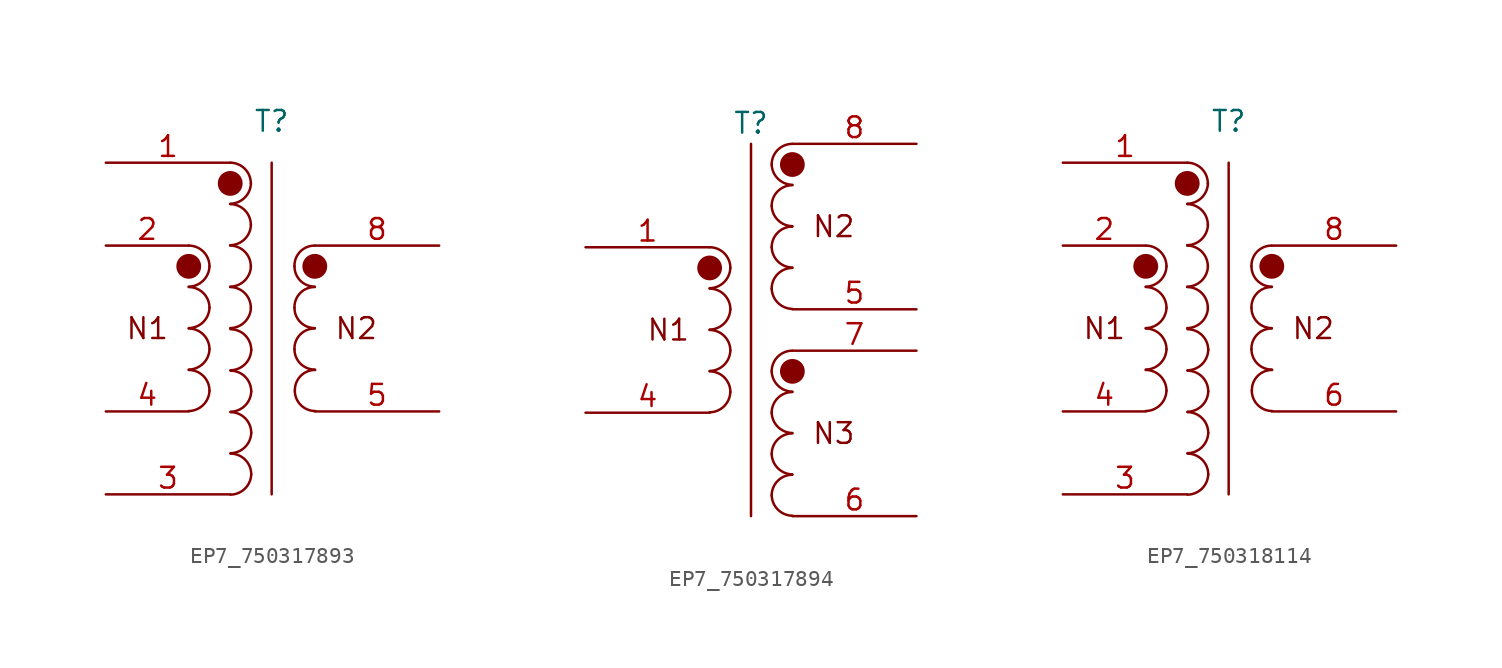
<source format=kicad_sym>
(kicad_symbol_lib
  (version 20220914)
  (generator kicad_symbol_editor)
  (symbol "EP7_750317893"
    (pin_names hide)
    (property "Reference" "T"
      (at 0 12.7 0)
      (effects (font (size 1.27 1.27))))
    (property "Critical Parameter" ""
      (at 0 -5.08 0)
      (effects (font (size 1.27 1.27))))
    (symbol "EP7_750317893_0_1"
      (arc (start -5.08 -5.0546) (mid -4.1961 -4.6863) (end -3.81 -3.81) (stroke (width 0) (type default)) (fill (type none)))
      (arc (start -5.08 -2.5146) (mid -4.1961 -2.1463) (end -3.81 -1.27) (stroke (width 0) (type default)) (fill (type none)))
      (arc (start -5.08 0.0254) (mid -4.1961 0.3937) (end -3.81 1.27) (stroke (width 0) (type default)) (fill (type none)))
      (arc (start -5.08 2.5654) (mid -4.1961 2.9337) (end -3.81 3.81) (stroke (width 0) (type default)) (fill (type none)))
      (arc (start -3.81 -3.81) (mid -4.182 -2.912) (end -5.08 -2.54) (stroke (width 0) (type default)) (fill (type none)))
      (arc (start -3.81 -1.27) (mid -4.182 -0.372) (end -5.08 0) (stroke (width 0) (type default)) (fill (type none)))
      (arc (start -3.81 1.27) (mid -4.182 2.168) (end -5.08 2.54) (stroke (width 0) (type default)) (fill (type none)))
      (arc (start -3.81 3.81) (mid -4.182 4.708) (end -5.08 5.08) (stroke (width 0) (type default)) (fill (type none)))
      (arc (start -2.54 0.0254) (mid -1.6561 0.3937) (end -1.27 1.27) (stroke (width 0) (type default)) (fill (type none)))
      (arc (start -2.54 2.5654) (mid -1.6561 2.9337) (end -1.27 3.81) (stroke (width 0) (type default)) (fill (type none)))
      (arc (start -2.54 5.1054) (mid -1.6561 5.4737) (end -1.27 6.35) (stroke (width 0) (type default)) (fill (type none)))
      (arc (start -2.54 7.6454) (mid -1.6561 8.0137) (end -1.27 8.89) (stroke (width 0) (type default)) (fill (type none)))
      (arc (start -2.5215 -10.1791) (mid -1.6376 -9.8108) (end -1.2515 -8.9345) (stroke (width 0) (type default)) (fill (type none)))
      (arc (start -2.5215 -7.6391) (mid -1.6376 -7.2708) (end -1.2515 -6.3945) (stroke (width 0) (type default)) (fill (type none)))
      (arc (start -2.5215 -5.0991) (mid -1.6376 -4.7308) (end -1.2515 -3.8545) (stroke (width 0) (type default)) (fill (type none)))
      (arc (start -2.5215 -2.5591) (mid -1.6376 -2.1908) (end -1.2515 -1.3145) (stroke (width 0) (type default)) (fill (type none)))
      (arc (start -1.27 1.27) (mid -1.642 2.168) (end -2.54 2.54) (stroke (width 0) (type default)) (fill (type none)))
      (arc (start -1.27 3.81) (mid -1.642 4.708) (end -2.54 5.08) (stroke (width 0) (type default)) (fill (type none)))
      (arc (start -1.27 6.35) (mid -1.642 7.248) (end -2.54 7.62) (stroke (width 0) (type default)) (fill (type none)))
      (arc (start -1.27 8.89) (mid -1.642 9.788) (end -2.54 10.16) (stroke (width 0) (type default)) (fill (type none)))
      (arc (start -1.2515 -8.9345) (mid -1.6235 -8.0365) (end -2.5215 -7.6645) (stroke (width 0) (type default)) (fill (type none)))
      (arc (start -1.2515 -6.3945) (mid -1.6235 -5.4965) (end -2.5215 -5.1245) (stroke (width 0) (type default)) (fill (type none)))
      (arc (start -1.2515 -3.8545) (mid -1.6235 -2.9565) (end -2.5215 -2.5845) (stroke (width 0) (type default)) (fill (type none)))
      (arc (start -1.2515 -1.3145) (mid -1.6235 -0.4165) (end -2.5215 -0.0445) (stroke (width 0) (type default)) (fill (type none)))
      (polyline (pts (xy 0 10.16) (xy 0 -10.16)) (stroke (width 0) (type default)) (fill (type none)))
      (arc (start 1.397 -1.27) (mid 1.7615 -2.1501) (end 2.6416 -2.5146) (stroke (width 0) (type default)) (fill (type none)))
      (arc (start 1.397 1.27) (mid 1.7615 0.3899) (end 2.6416 0.0254) (stroke (width 0) (type default)) (fill (type none)))
      (arc (start 1.397 3.81) (mid 1.7615 2.9299) (end 2.6416 2.5654) (stroke (width 0) (type default)) (fill (type none)))
      (arc (start 1.4224 -3.81) (mid 1.787 -4.6899) (end 2.667 -5.0546) (stroke (width 0) (type default)) (fill (type none)))
      (arc (start 2.6416 0) (mid 1.7474 -0.3685) (end 1.397 -1.27) (stroke (width 0) (type default)) (fill (type none)))
      (arc (start 2.6416 2.54) (mid 1.7474 2.1715) (end 1.397 1.27) (stroke (width 0) (type default)) (fill (type none)))
      (arc (start 2.6416 5.08) (mid 1.7474 4.7115) (end 1.397 3.81) (stroke (width 0) (type default)) (fill (type none)))
      (arc (start 2.667 -2.54) (mid 1.7725 -2.9083) (end 1.4224 -3.81) (stroke (width 0) (type default)) (fill (type none))))
    (symbol "EP7_750317893_1_1"
      (circle (center -5.08 3.81) (radius 0.0001) (stroke (width 0.762) (type default)) (fill (type none)))
      (circle (center -2.54 8.89) (radius 0.0001) (stroke (width 0.762) (type default)) (fill (type none)))
      (circle (center 2.642 3.81) (radius 0.0001) (stroke (width 0.762) (type default)) (fill (type none)))
      (text "N1" (at -7.62 0 0) (effects (font (size 1.27 1.27))))
      (text "N2" (at 5.182 0 0) (effects (font (size 1.27 1.27))))
      (pin passive line (at -10.16 10.16 0) (length 7.62) (name "1" (effects (font (size 1.27 1.27)))) (number "1" (effects (font (size 1.27 1.27)))))
      (pin passive line (at -10.16 5.08 0) (length 5.08) (name "2" (effects (font (size 1.27 1.27)))) (number "2" (effects (font (size 1.27 1.27)))))
      (pin passive line (at -10.16 -10.16 0) (length 7.62) (name "3" (effects (font (size 1.27 1.27)))) (number "3" (effects (font (size 1.27 1.27)))))
      (pin passive line (at -10.16 -5.08 0) (length 5.08) (name "4" (effects (font (size 1.27 1.27)))) (number "4" (effects (font (size 1.27 1.27)))))
      (pin passive line (at 10.262 -5.08 180) (length 7.62) (name "5" (effects (font (size 1.27 1.27)))) (number "5" (effects (font (size 1.27 1.27)))))
      (pin passive line (at 10.262 5.08 180) (length 7.62) (name "8" (effects (font (size 1.27 1.27)))) (number "8" (effects (font (size 1.27 1.27)))))))
  (symbol "EP7_750317894"
    (pin_names hide)
    (property "Reference" "T"
      (at 0 12.7 0)
      (effects (font (size 1.27 1.27))))
    (property "Critical Parameter" ""
      (at 0 -5.08 0)
      (effects (font (size 1.27 1.27))))
    (symbol "EP7_750317894_0_1"
      (arc (start -2.54 -5.0546) (mid -1.6561 -4.6863) (end -1.27 -3.81) (stroke (width 0) (type default)) (fill (type none)))
      (arc (start -2.54 -2.5146) (mid -1.6561 -2.1463) (end -1.27 -1.27) (stroke (width 0) (type default)) (fill (type none)))
      (arc (start -2.54 0.0254) (mid -1.6561 0.3937) (end -1.27 1.27) (stroke (width 0) (type default)) (fill (type none)))
      (arc (start -2.54 2.5654) (mid -1.6561 2.9337) (end -1.27 3.81) (stroke (width 0) (type default)) (fill (type none)))
      (arc (start -1.27 -3.81) (mid -1.642 -2.912) (end -2.54 -2.54) (stroke (width 0) (type default)) (fill (type none)))
      (arc (start -1.27 -1.27) (mid -1.642 -0.372) (end -2.54 0) (stroke (width 0) (type default)) (fill (type none)))
      (arc (start -1.27 1.27) (mid -1.642 2.168) (end -2.54 2.54) (stroke (width 0) (type default)) (fill (type none)))
      (arc (start -1.27 3.81) (mid -1.642 4.708) (end -2.54 5.08) (stroke (width 0) (type default)) (fill (type none)))
      (polyline (pts (xy 0 -11.43) (xy 0 11.43)) (stroke (width 0) (type default)) (fill (type none)))
      (arc (start 1.27 -10.16) (mid 1.6561 -11.0363) (end 2.54 -11.4046) (stroke (width 0) (type default)) (fill (type none)))
      (arc (start 1.27 -7.62) (mid 1.6561 -8.4963) (end 2.54 -8.8646) (stroke (width 0) (type default)) (fill (type none)))
      (arc (start 1.27 -5.08) (mid 1.6561 -5.9563) (end 2.54 -6.3246) (stroke (width 0) (type default)) (fill (type none)))
      (arc (start 1.27 -2.54) (mid 1.6561 -3.4163) (end 2.54 -3.7846) (stroke (width 0) (type default)) (fill (type none)))
      (arc (start 1.27 2.54) (mid 1.6561 1.6637) (end 2.54 1.2954) (stroke (width 0) (type default)) (fill (type none)))
      (arc (start 1.27 5.08) (mid 1.6561 4.2037) (end 2.54 3.8354) (stroke (width 0) (type default)) (fill (type none)))
      (arc (start 1.27 7.62) (mid 1.6561 6.7437) (end 2.54 6.3754) (stroke (width 0) (type default)) (fill (type none)))
      (arc (start 1.27 10.16) (mid 1.6561 9.2837) (end 2.54 8.9154) (stroke (width 0) (type default)) (fill (type none)))
      (arc (start 2.54 -8.89) (mid 1.642 -9.262) (end 1.27 -10.16) (stroke (width 0) (type default)) (fill (type none)))
      (arc (start 2.54 -6.35) (mid 1.642 -6.722) (end 1.27 -7.62) (stroke (width 0) (type default)) (fill (type none)))
      (arc (start 2.54 -3.81) (mid 1.642 -4.182) (end 1.27 -5.08) (stroke (width 0) (type default)) (fill (type none)))
      (arc (start 2.54 -1.27) (mid 1.642 -1.642) (end 1.27 -2.54) (stroke (width 0) (type default)) (fill (type none)))
      (arc (start 2.54 3.81) (mid 1.642 3.438) (end 1.27 2.54) (stroke (width 0) (type default)) (fill (type none)))
      (arc (start 2.54 6.35) (mid 1.642 5.978) (end 1.27 5.08) (stroke (width 0) (type default)) (fill (type none)))
      (arc (start 2.54 8.89) (mid 1.642 8.518) (end 1.27 7.62) (stroke (width 0) (type default)) (fill (type none)))
      (arc (start 2.54 11.43) (mid 1.642 11.058) (end 1.27 10.16) (stroke (width 0) (type default)) (fill (type none))))
    (symbol "EP7_750317894_1_1"
      (circle (center -2.54 3.81) (radius 0.0001) (stroke (width 0.762) (type default)) (fill (type none)))
      (circle (center 2.54 -2.54) (radius 0.0001) (stroke (width 0.762) (type default)) (fill (type none)))
      (circle (center 2.54 10.16) (radius 0.0001) (stroke (width 0.762) (type default)) (fill (type none)))
      (text "N1" (at -5.08 0 0) (effects (font (size 1.27 1.27))))
      (text "N2" (at 5.08 6.35 0) (effects (font (size 1.27 1.27))))
      (text "N3" (at 5.08 -6.35 0) (effects (font (size 1.27 1.27))))
      (pin passive line (at -10.16 5.08 0) (length 7.62) (name "1" (effects (font (size 1.27 1.27)))) (number "1" (effects (font (size 1.27 1.27)))))
      (pin passive line (at -10.16 -5.08 0) (length 7.62) (name "4" (effects (font (size 1.27 1.27)))) (number "4" (effects (font (size 1.27 1.27)))))
      (pin passive line (at 10.16 1.27 180) (length 7.62) (name "5" (effects (font (size 1.27 1.27)))) (number "5" (effects (font (size 1.27 1.27)))))
      (pin passive line (at 10.16 -11.43 180) (length 7.62) (name "6" (effects (font (size 1.27 1.27)))) (number "6" (effects (font (size 1.27 1.27)))))
      (pin passive line (at 10.16 -1.27 180) (length 7.62) (name "7" (effects (font (size 1.27 1.27)))) (number "7" (effects (font (size 1.27 1.27)))))
      (pin passive line (at 10.16 11.43 180) (length 7.62) (name "8" (effects (font (size 1.27 1.27)))) (number "8" (effects (font (size 1.27 1.27)))))))
  (symbol "EP7_750318114"
    (pin_names hide)
    (property "Reference" "T"
      (at 0 12.7 0)
      (effects (font (size 1.27 1.27))))
    (property "Critical Parameter" ""
      (at 0 -5.08 0)
      (effects (font (size 1.27 1.27))))
    (symbol "EP7_750318114_0_1"
      (arc (start -5.08 -5.0546) (mid -4.1961 -4.6863) (end -3.81 -3.81) (stroke (width 0) (type default)) (fill (type none)))
      (arc (start -5.08 -2.5146) (mid -4.1961 -2.1463) (end -3.81 -1.27) (stroke (width 0) (type default)) (fill (type none)))
      (arc (start -5.08 0.0254) (mid -4.1961 0.3937) (end -3.81 1.27) (stroke (width 0) (type default)) (fill (type none)))
      (arc (start -5.08 2.5654) (mid -4.1961 2.9337) (end -3.81 3.81) (stroke (width 0) (type default)) (fill (type none)))
      (arc (start -3.81 -3.81) (mid -4.182 -2.912) (end -5.08 -2.54) (stroke (width 0) (type default)) (fill (type none)))
      (arc (start -3.81 -1.27) (mid -4.182 -0.372) (end -5.08 0) (stroke (width 0) (type default)) (fill (type none)))
      (arc (start -3.81 1.27) (mid -4.182 2.168) (end -5.08 2.54) (stroke (width 0) (type default)) (fill (type none)))
      (arc (start -3.81 3.81) (mid -4.182 4.708) (end -5.08 5.08) (stroke (width 0) (type default)) (fill (type none)))
      (arc (start -2.54 0.0254) (mid -1.6561 0.3937) (end -1.27 1.27) (stroke (width 0) (type default)) (fill (type none)))
      (arc (start -2.54 2.5654) (mid -1.6561 2.9337) (end -1.27 3.81) (stroke (width 0) (type default)) (fill (type none)))
      (arc (start -2.54 5.1054) (mid -1.6561 5.4737) (end -1.27 6.35) (stroke (width 0) (type default)) (fill (type none)))
      (arc (start -2.54 7.6454) (mid -1.6561 8.0137) (end -1.27 8.89) (stroke (width 0) (type default)) (fill (type none)))
      (arc (start -2.5215 -10.1791) (mid -1.6376 -9.8108) (end -1.2515 -8.9345) (stroke (width 0) (type default)) (fill (type none)))
      (arc (start -2.5215 -7.6391) (mid -1.6376 -7.2708) (end -1.2515 -6.3945) (stroke (width 0) (type default)) (fill (type none)))
      (arc (start -2.5215 -5.0991) (mid -1.6376 -4.7308) (end -1.2515 -3.8545) (stroke (width 0) (type default)) (fill (type none)))
      (arc (start -2.5215 -2.5591) (mid -1.6376 -2.1908) (end -1.2515 -1.3145) (stroke (width 0) (type default)) (fill (type none)))
      (arc (start -1.27 1.27) (mid -1.642 2.168) (end -2.54 2.54) (stroke (width 0) (type default)) (fill (type none)))
      (arc (start -1.27 3.81) (mid -1.642 4.708) (end -2.54 5.08) (stroke (width 0) (type default)) (fill (type none)))
      (arc (start -1.27 6.35) (mid -1.642 7.248) (end -2.54 7.62) (stroke (width 0) (type default)) (fill (type none)))
      (arc (start -1.27 8.89) (mid -1.642 9.788) (end -2.54 10.16) (stroke (width 0) (type default)) (fill (type none)))
      (arc (start -1.2515 -8.9345) (mid -1.6235 -8.0365) (end -2.5215 -7.6645) (stroke (width 0) (type default)) (fill (type none)))
      (arc (start -1.2515 -6.3945) (mid -1.6235 -5.4965) (end -2.5215 -5.1245) (stroke (width 0) (type default)) (fill (type none)))
      (arc (start -1.2515 -3.8545) (mid -1.6235 -2.9565) (end -2.5215 -2.5845) (stroke (width 0) (type default)) (fill (type none)))
      (arc (start -1.2515 -1.3145) (mid -1.6235 -0.4165) (end -2.5215 -0.0445) (stroke (width 0) (type default)) (fill (type none)))
      (polyline (pts (xy 0 10.16) (xy 0 -10.16)) (stroke (width 0) (type default)) (fill (type none)))
      (arc (start 1.397 -1.27) (mid 1.7615 -2.1501) (end 2.6416 -2.5146) (stroke (width 0) (type default)) (fill (type none)))
      (arc (start 1.397 1.27) (mid 1.7615 0.3899) (end 2.6416 0.0254) (stroke (width 0) (type default)) (fill (type none)))
      (arc (start 1.397 3.81) (mid 1.7615 2.9299) (end 2.6416 2.5654) (stroke (width 0) (type default)) (fill (type none)))
      (arc (start 1.4224 -3.81) (mid 1.787 -4.6899) (end 2.667 -5.0546) (stroke (width 0) (type default)) (fill (type none)))
      (arc (start 2.6416 0) (mid 1.7474 -0.3685) (end 1.397 -1.27) (stroke (width 0) (type default)) (fill (type none)))
      (arc (start 2.6416 2.54) (mid 1.7474 2.1715) (end 1.397 1.27) (stroke (width 0) (type default)) (fill (type none)))
      (arc (start 2.6416 5.08) (mid 1.7474 4.7115) (end 1.397 3.81) (stroke (width 0) (type default)) (fill (type none)))
      (arc (start 2.667 -2.54) (mid 1.7725 -2.9083) (end 1.4224 -3.81) (stroke (width 0) (type default)) (fill (type none))))
    (symbol "EP7_750318114_1_1"
      (circle (center -5.08 3.81) (radius 0.0001) (stroke (width 0.762) (type default)) (fill (type none)))
      (circle (center -2.54 8.89) (radius 0.0001) (stroke (width 0.762) (type default)) (fill (type none)))
      (circle (center 2.642 3.81) (radius 0.0001) (stroke (width 0.762) (type default)) (fill (type none)))
      (text "N1" (at -7.62 0 0) (effects (font (size 1.27 1.27))))
      (text "N2" (at 5.182 0 0) (effects (font (size 1.27 1.27))))
      (pin passive line (at -10.16 10.16 0) (length 7.62) (name "1" (effects (font (size 1.27 1.27)))) (number "1" (effects (font (size 1.27 1.27)))))
      (pin passive line (at -10.16 5.08 0) (length 5.08) (name "2" (effects (font (size 1.27 1.27)))) (number "2" (effects (font (size 1.27 1.27)))))
      (pin passive line (at -10.16 -10.16 0) (length 7.62) (name "3" (effects (font (size 1.27 1.27)))) (number "3" (effects (font (size 1.27 1.27)))))
      (pin passive line (at -10.16 -5.08 0) (length 5.08) (name "4" (effects (font (size 1.27 1.27)))) (number "4" (effects (font (size 1.27 1.27)))))
      (pin passive line (at 10.262 -5.08 180) (length 7.62) (name "6" (effects (font (size 1.27 1.27)))) (number "6" (effects (font (size 1.27 1.27)))))
      (pin passive line (at 10.262 5.08 180) (length 7.62) (name "8" (effects (font (size 1.27 1.27)))) (number "8" (effects (font (size 1.27 1.27))))))))
</source>
